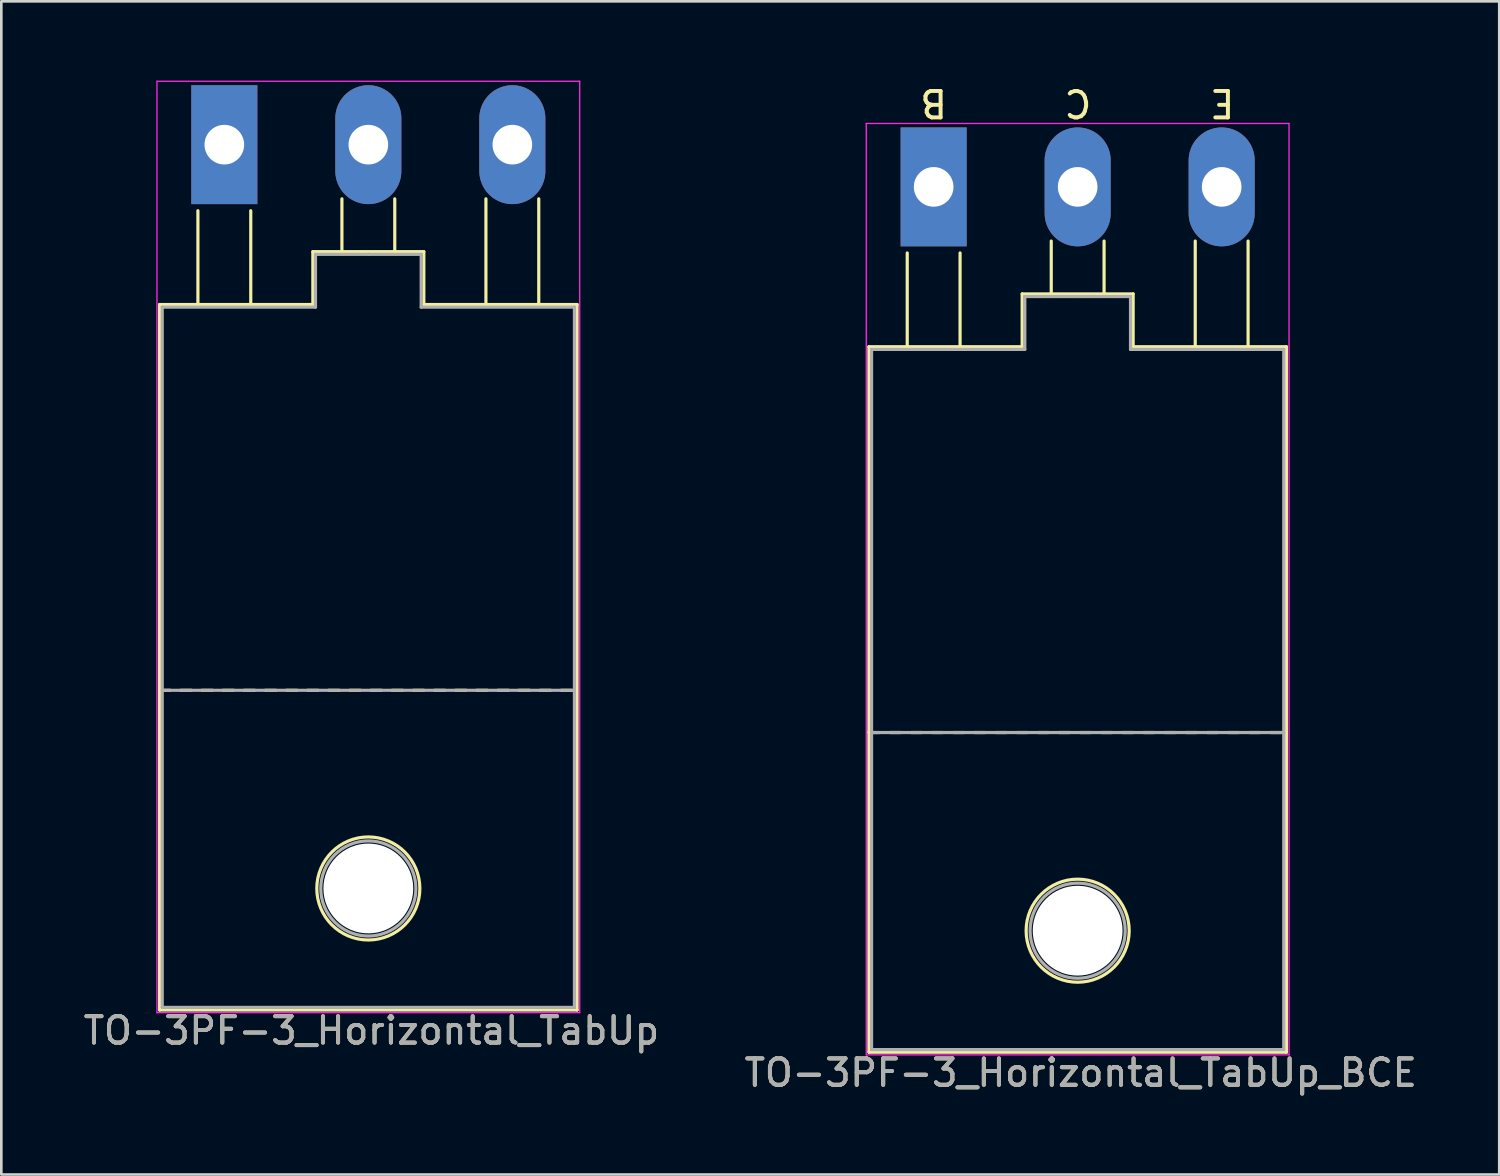
<source format=kicad_pcb>
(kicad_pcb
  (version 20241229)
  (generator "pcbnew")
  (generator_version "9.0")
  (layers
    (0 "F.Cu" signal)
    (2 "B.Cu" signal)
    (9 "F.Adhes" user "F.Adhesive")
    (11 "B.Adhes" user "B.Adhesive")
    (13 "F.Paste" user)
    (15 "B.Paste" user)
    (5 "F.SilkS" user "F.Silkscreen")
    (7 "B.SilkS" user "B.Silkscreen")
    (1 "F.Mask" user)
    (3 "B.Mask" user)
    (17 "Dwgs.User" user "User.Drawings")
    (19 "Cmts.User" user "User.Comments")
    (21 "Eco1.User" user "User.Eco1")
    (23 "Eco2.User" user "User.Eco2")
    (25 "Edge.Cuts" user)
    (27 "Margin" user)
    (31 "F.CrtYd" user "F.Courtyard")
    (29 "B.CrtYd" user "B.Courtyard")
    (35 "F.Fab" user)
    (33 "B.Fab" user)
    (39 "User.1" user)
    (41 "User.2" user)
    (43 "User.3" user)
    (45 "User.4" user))
  (footprint "TO-3PF-3_Horizontal_TabUp"
    (layer "F.Cu")
    (at 5.44 2.425)
    (property "Reference" "TO-3PF-3_Horizontal_TabUp" (at 5.566 33.528 180) (layer "F.SilkS") (effects (font (size 1 1) (thickness 0.15))))
    (attr through_hole)
    (fp_line (start -2.45 6.05) (end 3.35 6.05) (stroke (width 0.12) (type solid)) (layer "F.SilkS"))
    (fp_line (start -2.45 20.65) (end -2.05 20.65) (stroke (width 0.12) (type solid)) (layer "F.SilkS"))
    (fp_line (start -2.45 32.75) (end -2.45 6.05) (stroke (width 0.12) (type solid)) (layer "F.SilkS"))
    (fp_line (start -1.65 20.65) (end -1.25 20.65) (stroke (width 0.12) (type solid)) (layer "F.SilkS"))
    (fp_line (start -1 6) (end -1 2.5) (stroke (width 0.12) (type solid)) (layer "F.SilkS"))
    (fp_line (start -0.85 20.65) (end -0.45 20.65) (stroke (width 0.12) (type solid)) (layer "F.SilkS"))
    (fp_line (start -0.05 20.65) (end 0.35 20.65) (stroke (width 0.12) (type solid)) (layer "F.SilkS"))
    (fp_line (start 0.75 20.65) (end 1.15 20.65) (stroke (width 0.12) (type solid)) (layer "F.SilkS"))
    (fp_line (start 1 6) (end 1 2.5) (stroke (width 0.12) (type solid)) (layer "F.SilkS"))
    (fp_line (start 1.55 20.65) (end 1.95 20.65) (stroke (width 0.12) (type solid)) (layer "F.SilkS"))
    (fp_line (start 2.35 20.65) (end 2.75 20.65) (stroke (width 0.12) (type solid)) (layer "F.SilkS"))
    (fp_line (start 3.15 20.65) (end 3.55 20.65) (stroke (width 0.12) (type solid)) (layer "F.SilkS"))
    (fp_line (start 3.35 4.05) (end 7.55 4.05) (stroke (width 0.12) (type solid)) (layer "F.SilkS"))
    (fp_line (start 3.35 6.05) (end 3.35 4.05) (stroke (width 0.12) (type solid)) (layer "F.SilkS"))
    (fp_line (start 3.95 20.65) (end 4.35 20.65) (stroke (width 0.12) (type solid)) (layer "F.SilkS"))
    (fp_line (start 4.45 4.05) (end 4.45 2.05) (stroke (width 0.12) (type solid)) (layer "F.SilkS"))
    (fp_line (start 4.75 20.65) (end 5.15 20.65) (stroke (width 0.12) (type solid)) (layer "F.SilkS"))
    (fp_line (start 5.55 20.65) (end 5.95 20.65) (stroke (width 0.12) (type solid)) (layer "F.SilkS"))
    (fp_line (start 6.35 20.65) (end 6.75 20.65) (stroke (width 0.12) (type solid)) (layer "F.SilkS"))
    (fp_line (start 6.45 4.05) (end 6.45 2.05) (stroke (width 0.12) (type solid)) (layer "F.SilkS"))
    (fp_line (start 7.15 20.65) (end 7.55 20.65) (stroke (width 0.12) (type solid)) (layer "F.SilkS"))
    (fp_line (start 7.55 4.05) (end 7.55 6.05) (stroke (width 0.12) (type solid)) (layer "F.SilkS"))
    (fp_line (start 7.55 6.05) (end 13.35 6.05) (stroke (width 0.12) (type solid)) (layer "F.SilkS"))
    (fp_line (start 7.95 20.65) (end 8.35 20.65) (stroke (width 0.12) (type solid)) (layer "F.SilkS"))
    (fp_line (start 8.75 20.65) (end 9.15 20.65) (stroke (width 0.12) (type solid)) (layer "F.SilkS"))
    (fp_line (start 9.55 20.65) (end 9.95 20.65) (stroke (width 0.12) (type solid)) (layer "F.SilkS"))
    (fp_line (start 9.9 6) (end 9.9 2.05) (stroke (width 0.12) (type solid)) (layer "F.SilkS"))
    (fp_line (start 10.35 20.65) (end 10.75 20.65) (stroke (width 0.12) (type solid)) (layer "F.SilkS"))
    (fp_line (start 11.15 20.65) (end 11.55 20.65) (stroke (width 0.12) (type solid)) (layer "F.SilkS"))
    (fp_line (start 11.9 6) (end 11.9 2.05) (stroke (width 0.12) (type solid)) (layer "F.SilkS"))
    (fp_line (start 11.95 20.65) (end 12.35 20.65) (stroke (width 0.12) (type solid)) (layer "F.SilkS"))
    (fp_line (start 12.75 20.65) (end 13.15 20.65) (stroke (width 0.12) (type solid)) (layer "F.SilkS"))
    (fp_line (start 13.35 6.05) (end 13.35 32.75) (stroke (width 0.12) (type solid)) (layer "F.SilkS"))
    (fp_line (start 13.35 32.75) (end -2.45 32.75) (stroke (width 0.12) (type solid)) (layer "F.SilkS"))
    (fp_circle (center 5.45 28.15) (end 3.5 28.15) (stroke (width 0.12) (type solid)) (fill no) (layer "F.SilkS"))
    (fp_line (start -2.55 -2.4) (end -2.55 32.85) (stroke (width 0.05) (type solid)) (layer "F.CrtYd"))
    (fp_line (start -2.55 32.85) (end 13.45 32.85) (stroke (width 0.05) (type solid)) (layer "F.CrtYd"))
    (fp_line (start 13.45 -2.4) (end -2.55 -2.4) (stroke (width 0.05) (type solid)) (layer "F.CrtYd"))
    (fp_line (start 13.45 32.85) (end 13.45 -2.4) (stroke (width 0.05) (type solid)) (layer "F.CrtYd"))
    (fp_line (start -2.35 6.15) (end 3.45 6.15) (stroke (width 0.12) (type solid)) (layer "F.Fab"))
    (fp_line (start -2.35 32.65) (end -2.35 6.15) (stroke (width 0.12) (type solid)) (layer "F.Fab"))
    (fp_line (start 3.45 4.15) (end 3.45 6.15) (stroke (width 0.12) (type solid)) (layer "F.Fab"))
    (fp_line (start 5.45 4.15) (end 3.45 4.15) (stroke (width 0.12) (type solid)) (layer "F.Fab"))
    (fp_line (start 5.45 4.15) (end 7.45 4.15) (stroke (width 0.12) (type solid)) (layer "F.Fab"))
    (fp_line (start 7.45 4.15) (end 7.45 6.15) (stroke (width 0.12) (type solid)) (layer "F.Fab"))
    (fp_line (start 7.45 6.15) (end 13.25 6.15) (stroke (width 0.12) (type solid)) (layer "F.Fab"))
    (fp_line (start 13.25 6.15) (end 13.25 32.65) (stroke (width 0.12) (type solid)) (layer "F.Fab"))
    (fp_line (start 13.25 20.65) (end -2.35 20.65) (stroke (width 0.12) (type solid)) (layer "F.Fab"))
    (fp_line (start 13.25 32.65) (end -2.35 32.65) (stroke (width 0.12) (type solid)) (layer "F.Fab"))
    (fp_circle (center 5.45 28.15) (end 3.65 28.15) (stroke (width 0.12) (type solid)) (fill no) (layer "F.Fab"))
    (fp_text user "${REFERENCE}" (at 5.566 33.528 180) (layer "F.Fab") (effects (font (size 1 1) (thickness 0.15))))
    (pad "" np_thru_hole circle (at 5.45 28.15) (size 3.4 3.4) (drill 3.4) (layers "*.Cu" "*.Mask"))
    (pad "1" thru_hole rect (at 0 0) (size 2.5 4.5) (drill 1.5) (layers "*.Cu" "*.Mask"))
    (pad "2" thru_hole oval (at 5.45 0) (size 2.5 4.5) (drill 1.5) (layers "*.Cu" "*.Mask"))
    (pad "3" thru_hole oval (at 10.9 0) (size 2.5 4.5) (drill 1.5) (layers "*.Cu" "*.Mask")))
  (footprint "TO-3PF-3_Horizontal_TabUp_BCE"
    (layer "F.Cu")
    (at 32.285 4.023)
    (property "Reference" "TO-3PF-3_Horizontal_TabUp_BCE" (at 5.566 33.528 180) (layer "F.SilkS") (effects (font (size 1 1) (thickness 0.15))))
    (fp_line (start -2.45 6.05) (end 3.35 6.05) (stroke (width 0.12) (type solid)) (layer "F.SilkS"))
    (fp_line (start -2.45 20.65) (end -2.05 20.65) (stroke (width 0.12) (type solid)) (layer "F.SilkS"))
    (fp_line (start -2.45 32.75) (end -2.45 6.05) (stroke (width 0.12) (type solid)) (layer "F.SilkS"))
    (fp_line (start -1.65 20.65) (end -1.25 20.65) (stroke (width 0.12) (type solid)) (layer "F.SilkS"))
    (fp_line (start -1 6) (end -1 2.5) (stroke (width 0.12) (type solid)) (layer "F.SilkS"))
    (fp_line (start -0.85 20.65) (end -0.45 20.65) (stroke (width 0.12) (type solid)) (layer "F.SilkS"))
    (fp_line (start -0.05 20.65) (end 0.35 20.65) (stroke (width 0.12) (type solid)) (layer "F.SilkS"))
    (fp_line (start 0.75 20.65) (end 1.15 20.65) (stroke (width 0.12) (type solid)) (layer "F.SilkS"))
    (fp_line (start 1 6) (end 1 2.5) (stroke (width 0.12) (type solid)) (layer "F.SilkS"))
    (fp_line (start 1.55 20.65) (end 1.95 20.65) (stroke (width 0.12) (type solid)) (layer "F.SilkS"))
    (fp_line (start 2.35 20.65) (end 2.75 20.65) (stroke (width 0.12) (type solid)) (layer "F.SilkS"))
    (fp_line (start 3.15 20.65) (end 3.55 20.65) (stroke (width 0.12) (type solid)) (layer "F.SilkS"))
    (fp_line (start 3.35 4.05) (end 7.55 4.05) (stroke (width 0.12) (type solid)) (layer "F.SilkS"))
    (fp_line (start 3.35 6.05) (end 3.35 4.05) (stroke (width 0.12) (type solid)) (layer "F.SilkS"))
    (fp_line (start 3.95 20.65) (end 4.35 20.65) (stroke (width 0.12) (type solid)) (layer "F.SilkS"))
    (fp_line (start 4.45 4.05) (end 4.45 2.05) (stroke (width 0.12) (type solid)) (layer "F.SilkS"))
    (fp_line (start 4.75 20.65) (end 5.15 20.65) (stroke (width 0.12) (type solid)) (layer "F.SilkS"))
    (fp_line (start 5.55 20.65) (end 5.95 20.65) (stroke (width 0.12) (type solid)) (layer "F.SilkS"))
    (fp_line (start 6.35 20.65) (end 6.75 20.65) (stroke (width 0.12) (type solid)) (layer "F.SilkS"))
    (fp_line (start 6.45 4.05) (end 6.45 2.05) (stroke (width 0.12) (type solid)) (layer "F.SilkS"))
    (fp_line (start 7.15 20.65) (end 7.55 20.65) (stroke (width 0.12) (type solid)) (layer "F.SilkS"))
    (fp_line (start 7.55 4.05) (end 7.55 6.05) (stroke (width 0.12) (type solid)) (layer "F.SilkS"))
    (fp_line (start 7.55 6.05) (end 13.35 6.05) (stroke (width 0.12) (type solid)) (layer "F.SilkS"))
    (fp_line (start 7.95 20.65) (end 8.35 20.65) (stroke (width 0.12) (type solid)) (layer "F.SilkS"))
    (fp_line (start 8.75 20.65) (end 9.15 20.65) (stroke (width 0.12) (type solid)) (layer "F.SilkS"))
    (fp_line (start 9.55 20.65) (end 9.95 20.65) (stroke (width 0.12) (type solid)) (layer "F.SilkS"))
    (fp_line (start 9.9 6) (end 9.9 2.05) (stroke (width 0.12) (type solid)) (layer "F.SilkS"))
    (fp_line (start 10.35 20.65) (end 10.75 20.65) (stroke (width 0.12) (type solid)) (layer "F.SilkS"))
    (fp_line (start 11.15 20.65) (end 11.55 20.65) (stroke (width 0.12) (type solid)) (layer "F.SilkS"))
    (fp_line (start 11.9 6) (end 11.9 2.05) (stroke (width 0.12) (type solid)) (layer "F.SilkS"))
    (fp_line (start 11.95 20.65) (end 12.35 20.65) (stroke (width 0.12) (type solid)) (layer "F.SilkS"))
    (fp_line (start 12.75 20.65) (end 13.15 20.65) (stroke (width 0.12) (type solid)) (layer "F.SilkS"))
    (fp_line (start 13.35 6.05) (end 13.35 32.75) (stroke (width 0.12) (type solid)) (layer "F.SilkS"))
    (fp_line (start 13.35 32.75) (end -2.45 32.75) (stroke (width 0.12) (type solid)) (layer "F.SilkS"))
    (fp_circle (center 5.45 28.15) (end 3.5 28.15) (stroke (width 0.12) (type solid)) (fill no) (layer "F.SilkS"))
    (fp_line (start -2.55 -2.4) (end -2.55 32.85) (stroke (width 0.05) (type solid)) (layer "F.CrtYd"))
    (fp_line (start -2.55 32.85) (end 13.45 32.85) (stroke (width 0.05) (type solid)) (layer "F.CrtYd"))
    (fp_line (start 13.45 -2.4) (end -2.55 -2.4) (stroke (width 0.05) (type solid)) (layer "F.CrtYd"))
    (fp_line (start 13.45 32.85) (end 13.45 -2.4) (stroke (width 0.05) (type solid)) (layer "F.CrtYd"))
    (fp_line (start -2.35 6.15) (end 3.45 6.15) (stroke (width 0.12) (type solid)) (layer "F.Fab"))
    (fp_line (start -2.35 32.65) (end -2.35 6.15) (stroke (width 0.12) (type solid)) (layer "F.Fab"))
    (fp_line (start 3.45 4.15) (end 3.45 6.15) (stroke (width 0.12) (type solid)) (layer "F.Fab"))
    (fp_line (start 5.45 4.15) (end 3.45 4.15) (stroke (width 0.12) (type solid)) (layer "F.Fab"))
    (fp_line (start 5.45 4.15) (end 7.45 4.15) (stroke (width 0.12) (type solid)) (layer "F.Fab"))
    (fp_line (start 7.45 4.15) (end 7.45 6.15) (stroke (width 0.12) (type solid)) (layer "F.Fab"))
    (fp_line (start 7.45 6.15) (end 13.25 6.15) (stroke (width 0.12) (type solid)) (layer "F.Fab"))
    (fp_line (start 13.25 6.15) (end 13.25 32.65) (stroke (width 0.12) (type solid)) (layer "F.Fab"))
    (fp_line (start 13.25 20.65) (end -2.35 20.65) (stroke (width 0.12) (type solid)) (layer "F.Fab"))
    (fp_line (start 13.25 32.65) (end -2.35 32.65) (stroke (width 0.12) (type solid)) (layer "F.Fab"))
    (fp_circle (center 5.45 28.15) (end 3.65 28.15) (stroke (width 0.12) (type solid)) (fill no) (layer "F.Fab"))
    (fp_text user "C" (at 5.461 -3.175 180) (unlocked yes) (layer "F.SilkS") (effects (font (size 1 1) (thickness 0.15))))
    (fp_text user "B" (at 0 -3.175 180) (unlocked yes) (layer "F.SilkS") (effects (font (size 1 1) (thickness 0.15))))
    (fp_text user "E" (at 10.922 -3.175 180) (unlocked yes) (layer "F.SilkS") (effects (font (size 1 1) (thickness 0.15))))
    (fp_text user "${REFERENCE}" (at 5.566 33.528 180) (layer "F.Fab") (effects (font (size 1 1) (thickness 0.15))))
    (pad "" np_thru_hole circle (at 5.45 28.15) (size 3.4 3.4) (drill 3.4) (layers "*.Cu" "*.Mask"))
    (pad "1" thru_hole rect (at 0 0) (size 2.5 4.5) (drill 1.5) (layers "*.Cu" "*.Mask"))
    (pad "2" thru_hole oval (at 5.45 0) (size 2.5 4.5) (drill 1.5) (layers "*.Cu" "*.Mask"))
    (pad "3" thru_hole oval (at 10.9 0) (size 2.5 4.5) (drill 1.5) (layers "*.Cu" "*.Mask")))
  (gr_rect
    (start -3 -3)
    (end 53.69 41.4)
    (stroke (width 0.1) (type default))
    (fill no)
    (layer "Edge.Cuts")))
</source>
